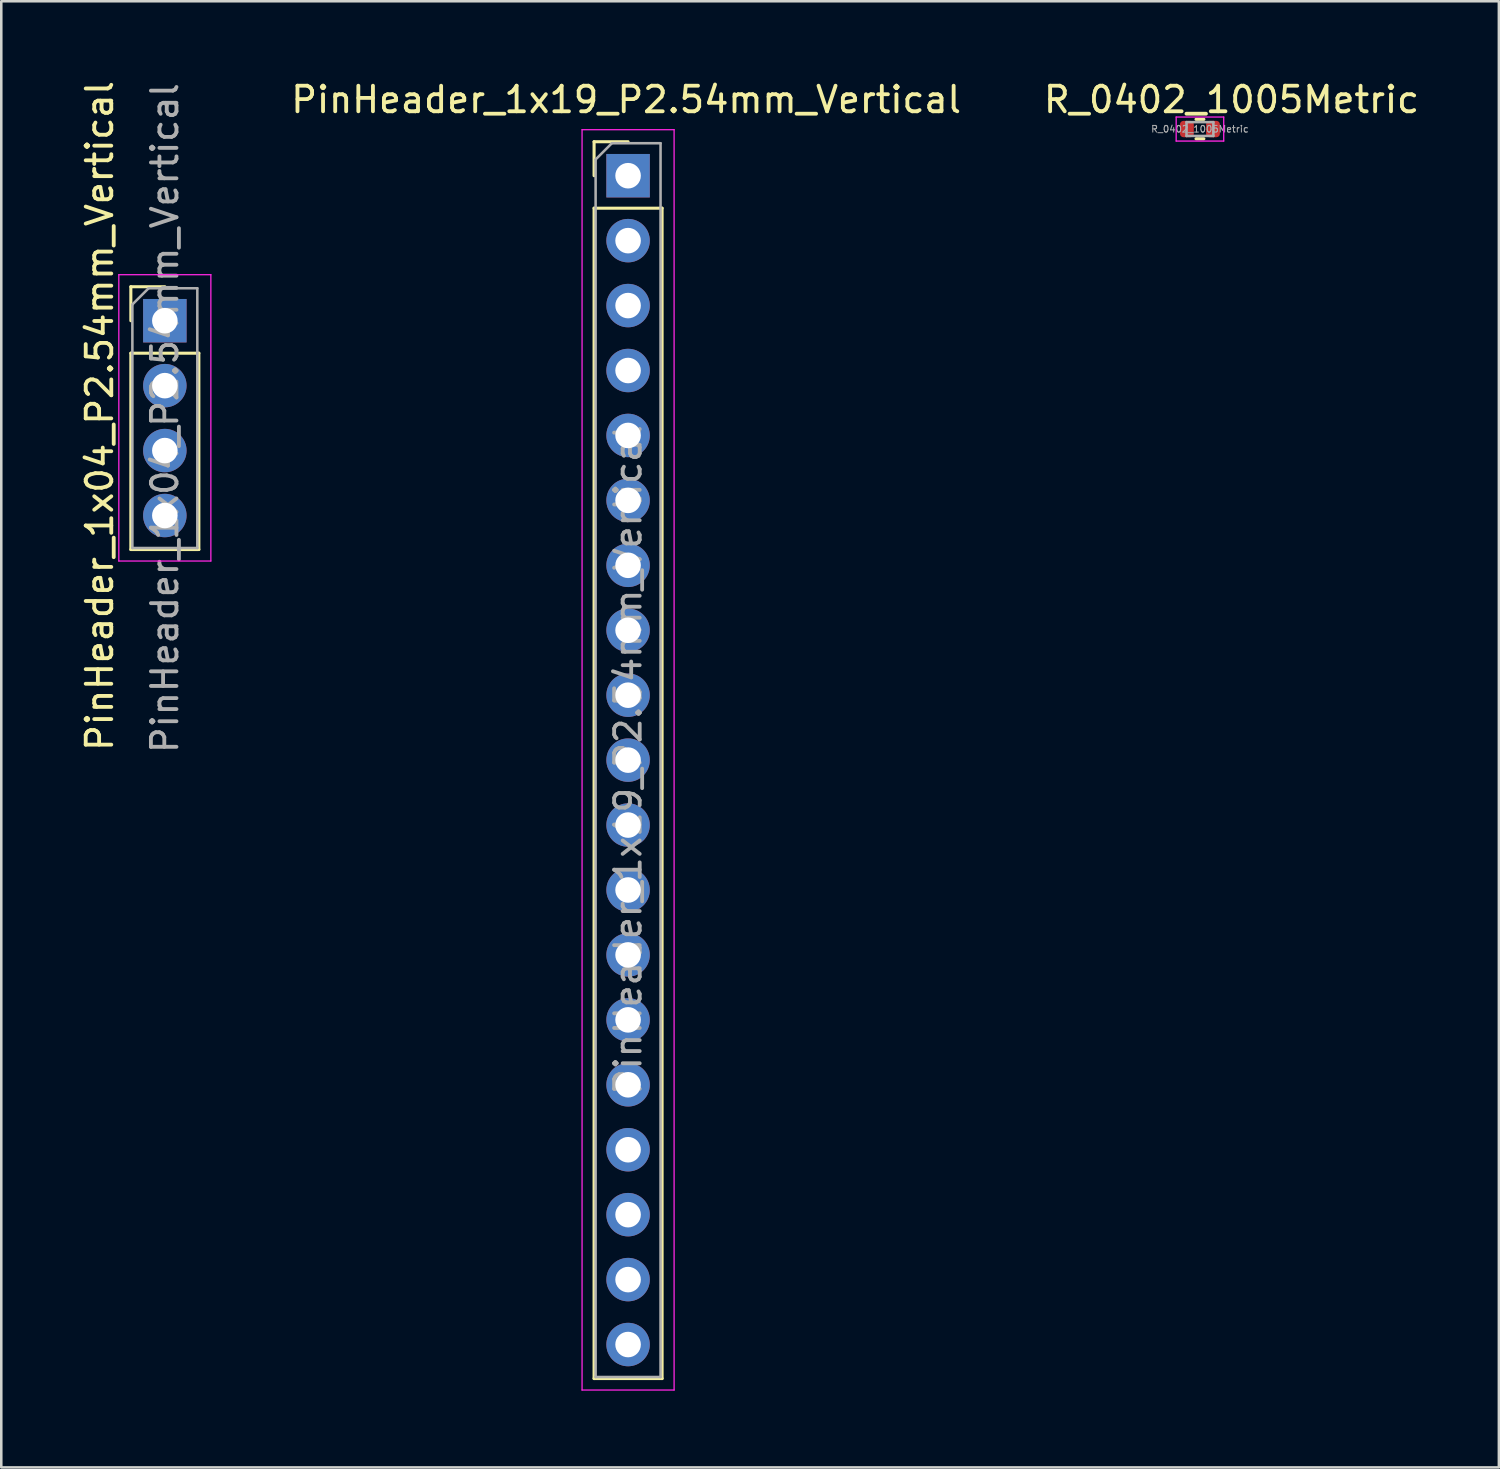
<source format=kicad_pcb>
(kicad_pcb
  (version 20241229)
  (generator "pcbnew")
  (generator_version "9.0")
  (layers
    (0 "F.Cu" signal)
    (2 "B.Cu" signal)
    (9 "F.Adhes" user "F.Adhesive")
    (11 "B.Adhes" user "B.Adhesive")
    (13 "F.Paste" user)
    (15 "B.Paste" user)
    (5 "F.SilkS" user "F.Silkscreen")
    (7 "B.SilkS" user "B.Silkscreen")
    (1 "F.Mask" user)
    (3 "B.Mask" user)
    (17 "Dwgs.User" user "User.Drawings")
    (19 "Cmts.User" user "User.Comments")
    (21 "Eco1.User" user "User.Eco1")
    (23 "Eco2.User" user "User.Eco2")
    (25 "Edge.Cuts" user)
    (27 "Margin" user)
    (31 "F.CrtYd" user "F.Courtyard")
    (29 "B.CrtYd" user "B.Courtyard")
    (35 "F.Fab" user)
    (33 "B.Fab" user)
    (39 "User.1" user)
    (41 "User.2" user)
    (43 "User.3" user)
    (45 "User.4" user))
  (footprint "PinHeader_1x04_P2.54mm_Vertical"
    (layer "F.Cu")
    (at 3.398 9.495)
    (property "Reference" "PinHeader_1x04_P2.54mm_Vertical" (at -2.55 3.725 90) (layer "F.SilkS") (effects (font (size 1 1) (thickness 0.15))))
    (attr through_hole)
    (fp_line (start -1.33 -1.33) (end 0 -1.33) (stroke (width 0.12) (type solid)) (layer "F.SilkS"))
    (fp_line (start -1.33 0) (end -1.33 -1.33) (stroke (width 0.12) (type solid)) (layer "F.SilkS"))
    (fp_line (start -1.33 1.27) (end -1.33 8.95) (stroke (width 0.12) (type solid)) (layer "F.SilkS"))
    (fp_line (start -1.33 1.27) (end 1.33 1.27) (stroke (width 0.12) (type solid)) (layer "F.SilkS"))
    (fp_line (start -1.33 8.95) (end 1.33 8.95) (stroke (width 0.12) (type solid)) (layer "F.SilkS"))
    (fp_line (start 1.33 1.27) (end 1.33 8.95) (stroke (width 0.12) (type solid)) (layer "F.SilkS"))
    (fp_line (start -1.8 -1.8) (end -1.8 9.4) (stroke (width 0.05) (type solid)) (layer "F.CrtYd"))
    (fp_line (start -1.8 9.4) (end 1.8 9.4) (stroke (width 0.05) (type solid)) (layer "F.CrtYd"))
    (fp_line (start 1.8 -1.8) (end -1.8 -1.8) (stroke (width 0.05) (type solid)) (layer "F.CrtYd"))
    (fp_line (start 1.8 9.4) (end 1.8 -1.8) (stroke (width 0.05) (type solid)) (layer "F.CrtYd"))
    (fp_line (start -1.27 -0.635) (end -0.635 -1.27) (stroke (width 0.1) (type solid)) (layer "F.Fab"))
    (fp_line (start -1.27 8.89) (end -1.27 -0.635) (stroke (width 0.1) (type solid)) (layer "F.Fab"))
    (fp_line (start -0.635 -1.27) (end 1.27 -1.27) (stroke (width 0.1) (type solid)) (layer "F.Fab"))
    (fp_line (start 1.27 -1.27) (end 1.27 8.89) (stroke (width 0.1) (type solid)) (layer "F.Fab"))
    (fp_line (start 1.27 8.89) (end -1.27 8.89) (stroke (width 0.1) (type solid)) (layer "F.Fab"))
    (fp_text user "${REFERENCE}" (at 0 3.81 270) (layer "F.Fab") (effects (font (size 1 1) (thickness 0.15))))
    (pad "1" thru_hole rect (at 0 0) (size 1.7 1.7) (drill 1) (layers "*.Cu" "*.Mask"))
    (pad "2" thru_hole oval (at 0 2.54) (size 1.7 1.7) (drill 1) (layers "*.Cu" "*.Mask"))
    (pad "3" thru_hole oval (at 0 5.08) (size 1.7 1.7) (drill 1) (layers "*.Cu" "*.Mask"))
    (pad "4" thru_hole oval (at 0 7.62) (size 1.7 1.7) (drill 1) (layers "*.Cu" "*.Mask")))
  (footprint "R_0402_1005Metric"
    (layer "F.Cu")
    (at 43.887 1.998)
    (property "Reference" "R_0402_1005Metric" (at 1.235 -1.15 0) (layer "F.SilkS") (effects (font (size 1 1) (thickness 0.15))))
    (attr smd)
    (fp_line (start -0.154 -0.38) (end 0.154 -0.38) (stroke (width 0.12) (type solid)) (layer "F.SilkS"))
    (fp_line (start -0.154 0.38) (end 0.154 0.38) (stroke (width 0.12) (type solid)) (layer "F.SilkS"))
    (fp_line (start -0.93 -0.47) (end 0.93 -0.47) (stroke (width 0.05) (type solid)) (layer "F.CrtYd"))
    (fp_line (start -0.93 0.47) (end -0.93 -0.47) (stroke (width 0.05) (type solid)) (layer "F.CrtYd"))
    (fp_line (start 0.93 -0.47) (end 0.93 0.47) (stroke (width 0.05) (type solid)) (layer "F.CrtYd"))
    (fp_line (start 0.93 0.47) (end -0.93 0.47) (stroke (width 0.05) (type solid)) (layer "F.CrtYd"))
    (fp_line (start -0.525 -0.27) (end 0.525 -0.27) (stroke (width 0.1) (type solid)) (layer "F.Fab"))
    (fp_line (start -0.525 0.27) (end -0.525 -0.27) (stroke (width 0.1) (type solid)) (layer "F.Fab"))
    (fp_line (start 0.525 -0.27) (end 0.525 0.27) (stroke (width 0.1) (type solid)) (layer "F.Fab"))
    (fp_line (start 0.525 0.27) (end -0.525 0.27) (stroke (width 0.1) (type solid)) (layer "F.Fab"))
    (fp_text user "${REFERENCE}" (at 0 0 0) (layer "F.Fab") (effects (font (size 0.26 0.26) (thickness 0.04))))
    (pad "1" smd roundrect (at -0.51 0 180) (size 0.54 0.64) (layers "F.Cu" "F.Mask" "F.Paste") (roundrect_rratio 0.25))
    (pad "2" smd roundrect (at 0.51 0 180) (size 0.54 0.64) (layers "F.Cu" "F.Mask" "F.Paste") (roundrect_rratio 0.25)))
  (footprint "PinHeader_1x19_P2.54mm_Vertical"
    (layer "F.Cu")
    (at 21.518 3.823)
    (property "Reference" "PinHeader_1x19_P2.54mm_Vertical" (at -0.075 -2.975 0) (layer "F.SilkS") (effects (font (size 1 1) (thickness 0.15))))
    (attr through_hole)
    (fp_line (start -1.33 -1.33) (end 0 -1.33) (stroke (width 0.12) (type solid)) (layer "F.SilkS"))
    (fp_line (start -1.33 0) (end -1.33 -1.33) (stroke (width 0.12) (type solid)) (layer "F.SilkS"))
    (fp_line (start -1.33 1.27) (end -1.33 47.05) (stroke (width 0.12) (type solid)) (layer "F.SilkS"))
    (fp_line (start -1.33 1.27) (end 1.33 1.27) (stroke (width 0.12) (type solid)) (layer "F.SilkS"))
    (fp_line (start -1.33 47.05) (end 1.33 47.05) (stroke (width 0.12) (type solid)) (layer "F.SilkS"))
    (fp_line (start 1.33 1.27) (end 1.33 47.05) (stroke (width 0.12) (type solid)) (layer "F.SilkS"))
    (fp_line (start -1.8 -1.8) (end -1.8 47.5) (stroke (width 0.05) (type solid)) (layer "F.CrtYd"))
    (fp_line (start -1.8 47.5) (end 1.8 47.5) (stroke (width 0.05) (type solid)) (layer "F.CrtYd"))
    (fp_line (start 1.8 -1.8) (end -1.8 -1.8) (stroke (width 0.05) (type solid)) (layer "F.CrtYd"))
    (fp_line (start 1.8 47.5) (end 1.8 -1.8) (stroke (width 0.05) (type solid)) (layer "F.CrtYd"))
    (fp_line (start -1.27 -0.635) (end -0.635 -1.27) (stroke (width 0.1) (type solid)) (layer "F.Fab"))
    (fp_line (start -1.27 46.99) (end -1.27 -0.635) (stroke (width 0.1) (type solid)) (layer "F.Fab"))
    (fp_line (start -0.635 -1.27) (end 1.27 -1.27) (stroke (width 0.1) (type solid)) (layer "F.Fab"))
    (fp_line (start 1.27 -1.27) (end 1.27 46.99) (stroke (width 0.1) (type solid)) (layer "F.Fab"))
    (fp_line (start 1.27 46.99) (end -1.27 46.99) (stroke (width 0.1) (type solid)) (layer "F.Fab"))
    (fp_text user "${REFERENCE}" (at 0 22.86 90) (layer "F.Fab") (effects (font (size 1 1) (thickness 0.15))))
    (pad "1" thru_hole rect (at 0 0) (size 1.7 1.7) (drill 1) (layers "*.Cu" "*.Mask"))
    (pad "2" thru_hole oval (at 0 2.54) (size 1.7 1.7) (drill 1) (layers "*.Cu" "*.Mask"))
    (pad "3" thru_hole oval (at 0 5.08) (size 1.7 1.7) (drill 1) (layers "*.Cu" "*.Mask"))
    (pad "4" thru_hole oval (at 0 7.62) (size 1.7 1.7) (drill 1) (layers "*.Cu" "*.Mask"))
    (pad "5" thru_hole oval (at 0 10.16) (size 1.7 1.7) (drill 1) (layers "*.Cu" "*.Mask"))
    (pad "6" thru_hole oval (at 0 12.7) (size 1.7 1.7) (drill 1) (layers "*.Cu" "*.Mask"))
    (pad "7" thru_hole oval (at 0 15.24) (size 1.7 1.7) (drill 1) (layers "*.Cu" "*.Mask"))
    (pad "8" thru_hole oval (at 0 17.78) (size 1.7 1.7) (drill 1) (layers "*.Cu" "*.Mask"))
    (pad "9" thru_hole oval (at 0 20.32) (size 1.7 1.7) (drill 1) (layers "*.Cu" "*.Mask"))
    (pad "10" thru_hole oval (at 0 22.86) (size 1.7 1.7) (drill 1) (layers "*.Cu" "*.Mask"))
    (pad "11" thru_hole oval (at 0 25.4) (size 1.7 1.7) (drill 1) (layers "*.Cu" "*.Mask"))
    (pad "12" thru_hole oval (at 0 27.94) (size 1.7 1.7) (drill 1) (layers "*.Cu" "*.Mask"))
    (pad "13" thru_hole oval (at 0 30.48) (size 1.7 1.7) (drill 1) (layers "*.Cu" "*.Mask"))
    (pad "14" thru_hole oval (at 0 33.02) (size 1.7 1.7) (drill 1) (layers "*.Cu" "*.Mask"))
    (pad "15" thru_hole oval (at 0 35.56) (size 1.7 1.7) (drill 1) (layers "*.Cu" "*.Mask"))
    (pad "16" thru_hole oval (at 0 38.1) (size 1.7 1.7) (drill 1) (layers "*.Cu" "*.Mask"))
    (pad "17" thru_hole oval (at 0 40.64) (size 1.7 1.7) (drill 1) (layers "*.Cu" "*.Mask"))
    (pad "18" thru_hole oval (at 0 43.18) (size 1.7 1.7) (drill 1) (layers "*.Cu" "*.Mask"))
    (pad "19" thru_hole oval (at 0 45.72) (size 1.7 1.7) (drill 1) (layers "*.Cu" "*.Mask")))
  (gr_rect
    (start -3 -3)
    (end 55.58 54.348)
    (stroke (width 0.1) (type default))
    (fill no)
    (layer "Edge.Cuts")))
</source>
